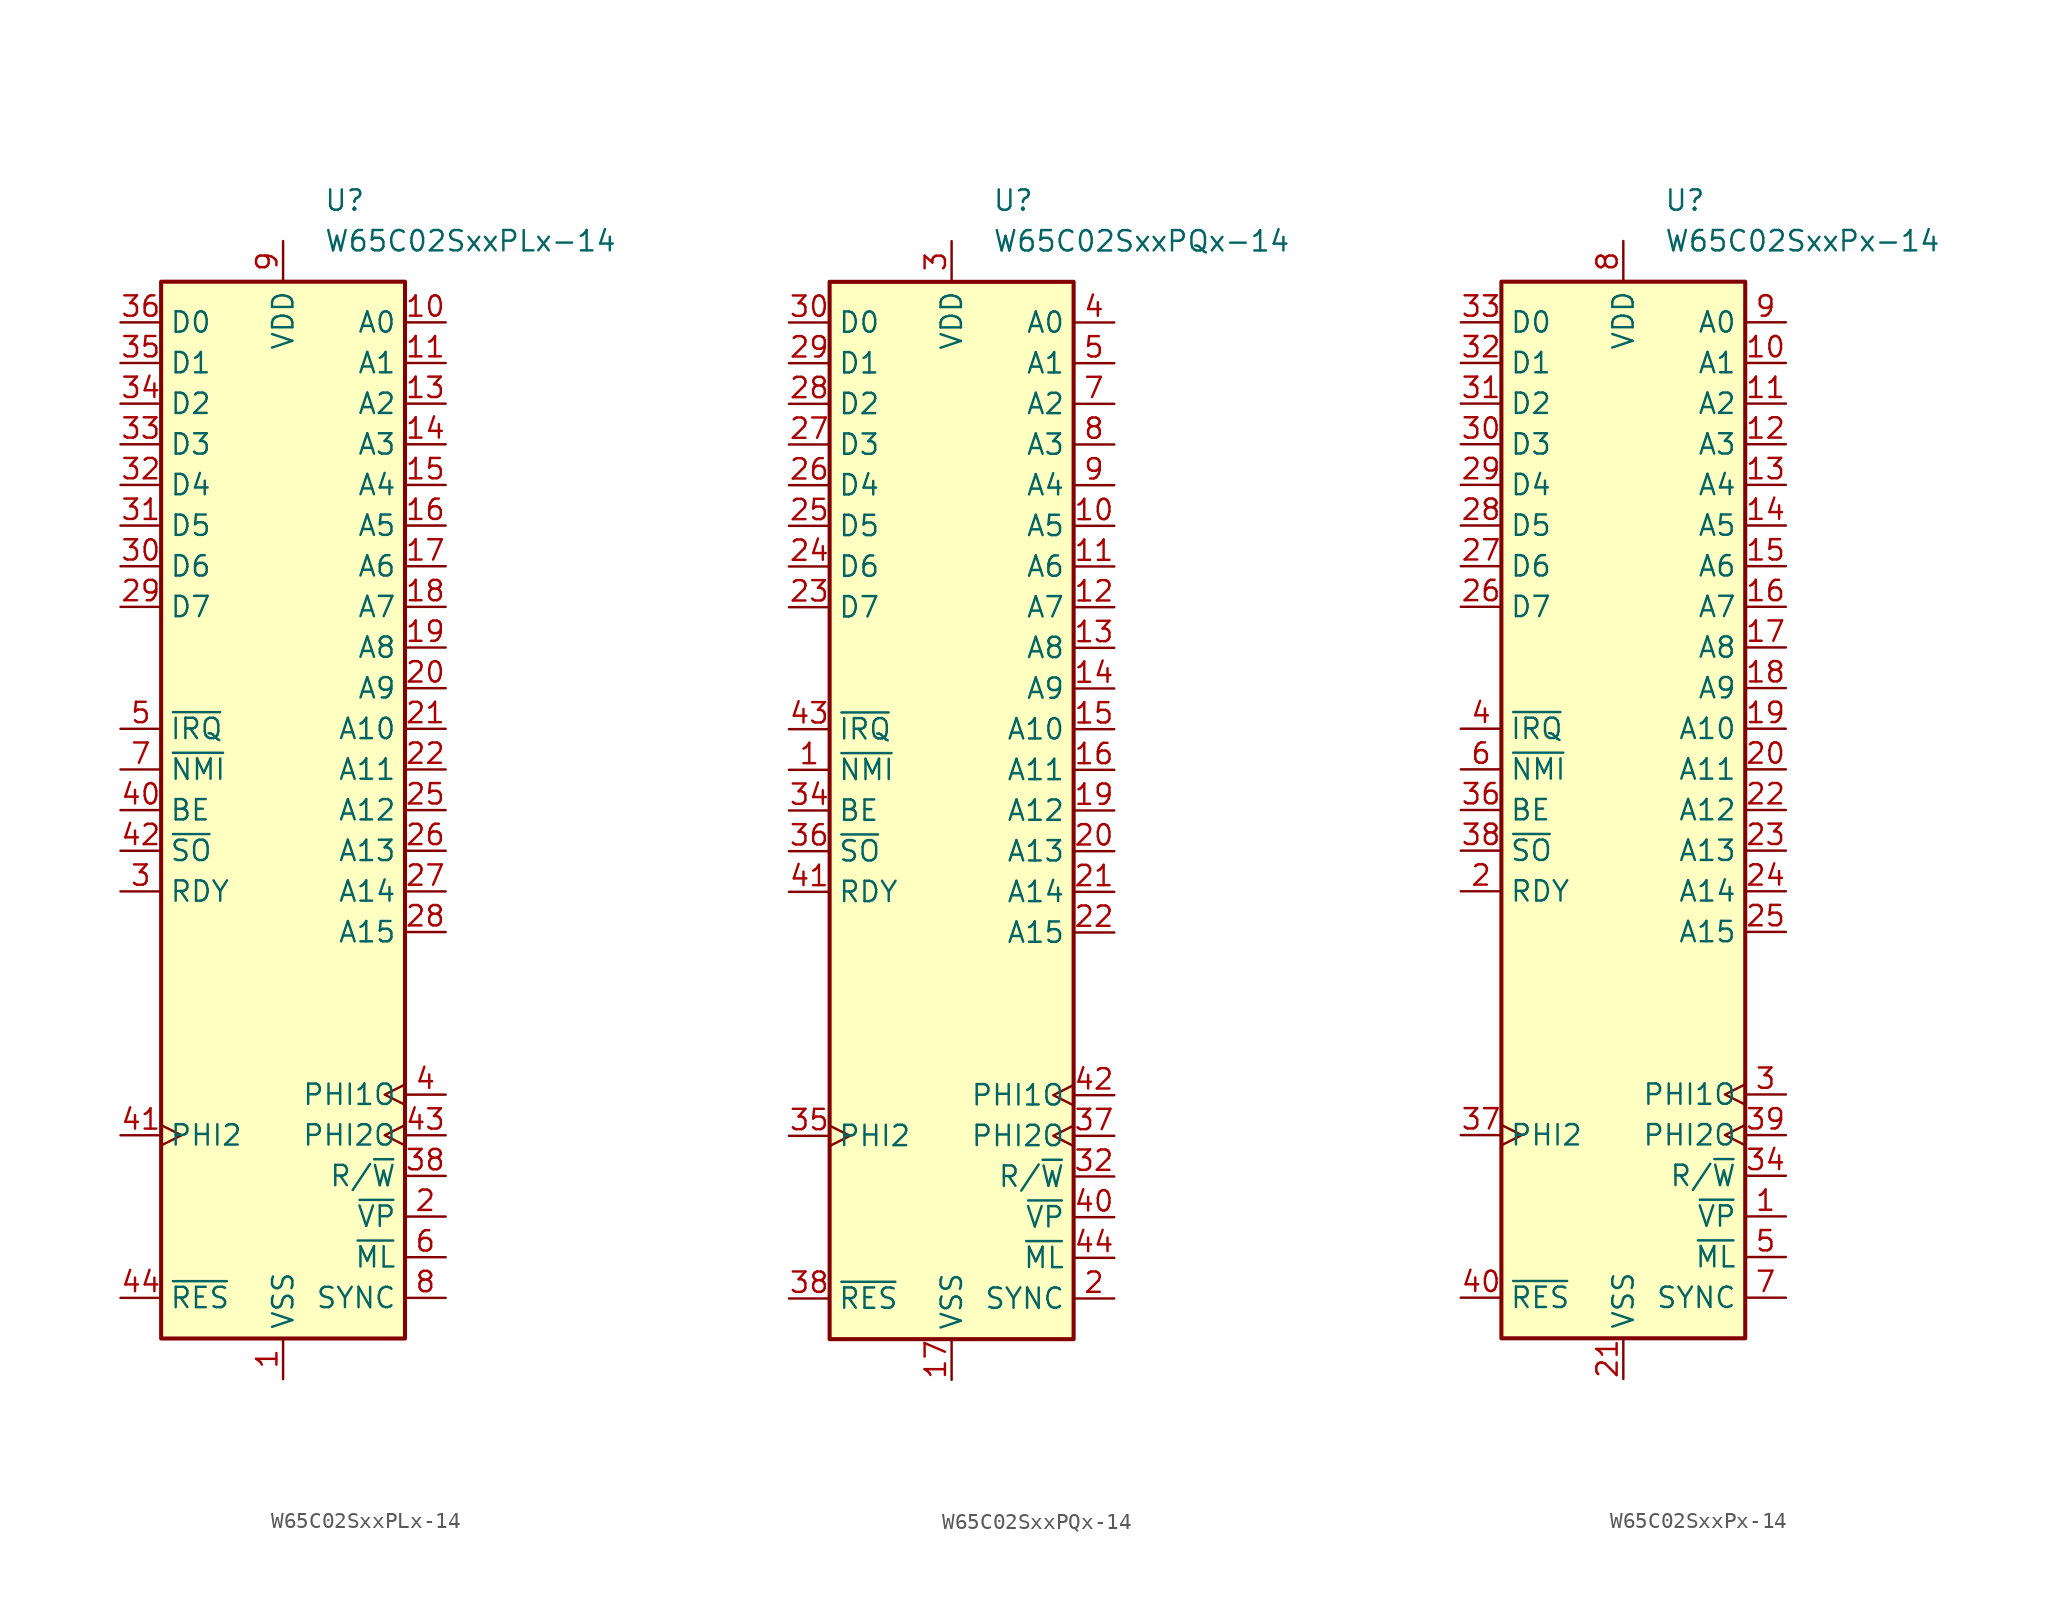
<source format=kicad_sym>
(kicad_symbol_lib
  (version 20211014)
  (generator kicad_symbol_editor)
  (symbol "W65C02SxxPLx-14"
    (property "Reference" "U"
      (at 2.54 38.1 0)
      (effects (font (size 1.27 1.27)) (justify left)))
    (property "Value" "W65C02SxxPLx-14"
      (at 2.54 35.56 0)
      (effects (font (size 1.27 1.27)) (justify left)))
    (symbol "W65C02SxxPLx-14_1_1"
      (rectangle (start -7.62 33.02) (end 7.62 -33.02) (stroke (width 0.254) (type default) (color 0 0 0 0)) (fill (type background)))
      (pin power_in line (at 0 -35.56 90) (length 2.54) (name "VSS" (effects (font (size 1.27 1.27)))) (number "1" (effects (font (size 1.27 1.27)))))
      (pin output line (at 10.16 30.48 180) (length 2.54) (name "A0" (effects (font (size 1.27 1.27)))) (number "10" (effects (font (size 1.27 1.27)))))
      (pin output line (at 10.16 27.94 180) (length 2.54) (name "A1" (effects (font (size 1.27 1.27)))) (number "11" (effects (font (size 1.27 1.27)))))
      (pin no_connect non_logic (at -10.16 10.16 0) (length 2.54) hide (name "NC" (effects (font (size 1.27 1.27)))) (number "12" (effects (font (size 1.27 1.27)))))
      (pin output line (at 10.16 25.4 180) (length 2.54) (name "A2" (effects (font (size 1.27 1.27)))) (number "13" (effects (font (size 1.27 1.27)))))
      (pin output line (at 10.16 22.86 180) (length 2.54) (name "A3" (effects (font (size 1.27 1.27)))) (number "14" (effects (font (size 1.27 1.27)))))
      (pin output line (at 10.16 20.32 180) (length 2.54) (name "A4" (effects (font (size 1.27 1.27)))) (number "15" (effects (font (size 1.27 1.27)))))
      (pin output line (at 10.16 17.78 180) (length 2.54) (name "A5" (effects (font (size 1.27 1.27)))) (number "16" (effects (font (size 1.27 1.27)))))
      (pin output line (at 10.16 15.24 180) (length 2.54) (name "A6" (effects (font (size 1.27 1.27)))) (number "17" (effects (font (size 1.27 1.27)))))
      (pin output line (at 10.16 12.7 180) (length 2.54) (name "A7" (effects (font (size 1.27 1.27)))) (number "18" (effects (font (size 1.27 1.27)))))
      (pin output line (at 10.16 10.16 180) (length 2.54) (name "A8" (effects (font (size 1.27 1.27)))) (number "19" (effects (font (size 1.27 1.27)))))
      (pin output line (at 10.16 -25.4 180) (length 2.54) (name "~{VP}" (effects (font (size 1.27 1.27)))) (number "2" (effects (font (size 1.27 1.27)))))
      (pin output line (at 10.16 7.62 180) (length 2.54) (name "A9" (effects (font (size 1.27 1.27)))) (number "20" (effects (font (size 1.27 1.27)))))
      (pin output line (at 10.16 5.08 180) (length 2.54) (name "A10" (effects (font (size 1.27 1.27)))) (number "21" (effects (font (size 1.27 1.27)))))
      (pin output line (at 10.16 2.54 180) (length 2.54) (name "A11" (effects (font (size 1.27 1.27)))) (number "22" (effects (font (size 1.27 1.27)))))
      (pin passive line (at 0 -35.56 90) (length 2.54) hide (name "VSS" (effects (font (size 1.27 1.27)))) (number "23" (effects (font (size 1.27 1.27)))))
      (pin passive line (at 0 -35.56 90) (length 2.54) hide (name "VSS" (effects (font (size 1.27 1.27)))) (number "24" (effects (font (size 1.27 1.27)))))
      (pin output line (at 10.16 0 180) (length 2.54) (name "A12" (effects (font (size 1.27 1.27)))) (number "25" (effects (font (size 1.27 1.27)))))
      (pin output line (at 10.16 -2.54 180) (length 2.54) (name "A13" (effects (font (size 1.27 1.27)))) (number "26" (effects (font (size 1.27 1.27)))))
      (pin output line (at 10.16 -5.08 180) (length 2.54) (name "A14" (effects (font (size 1.27 1.27)))) (number "27" (effects (font (size 1.27 1.27)))))
      (pin output line (at 10.16 -7.62 180) (length 2.54) (name "A15" (effects (font (size 1.27 1.27)))) (number "28" (effects (font (size 1.27 1.27)))))
      (pin bidirectional line (at -10.16 12.7 0) (length 2.54) (name "D7" (effects (font (size 1.27 1.27)))) (number "29" (effects (font (size 1.27 1.27)))))
      (pin bidirectional line (at -10.16 -5.08 0) (length 2.54) (name "RDY" (effects (font (size 1.27 1.27)))) (number "3" (effects (font (size 1.27 1.27)))))
      (pin bidirectional line (at -10.16 15.24 0) (length 2.54) (name "D6" (effects (font (size 1.27 1.27)))) (number "30" (effects (font (size 1.27 1.27)))))
      (pin bidirectional line (at -10.16 17.78 0) (length 2.54) (name "D5" (effects (font (size 1.27 1.27)))) (number "31" (effects (font (size 1.27 1.27)))))
      (pin bidirectional line (at -10.16 20.32 0) (length 2.54) (name "D4" (effects (font (size 1.27 1.27)))) (number "32" (effects (font (size 1.27 1.27)))))
      (pin bidirectional line (at -10.16 22.86 0) (length 2.54) (name "D3" (effects (font (size 1.27 1.27)))) (number "33" (effects (font (size 1.27 1.27)))))
      (pin bidirectional line (at -10.16 25.4 0) (length 2.54) (name "D2" (effects (font (size 1.27 1.27)))) (number "34" (effects (font (size 1.27 1.27)))))
      (pin bidirectional line (at -10.16 27.94 0) (length 2.54) (name "D1" (effects (font (size 1.27 1.27)))) (number "35" (effects (font (size 1.27 1.27)))))
      (pin bidirectional line (at -10.16 30.48 0) (length 2.54) (name "D0" (effects (font (size 1.27 1.27)))) (number "36" (effects (font (size 1.27 1.27)))))
      (pin passive line (at 0 35.56 270) (length 2.54) hide (name "VDD" (effects (font (size 1.27 1.27)))) (number "37" (effects (font (size 1.27 1.27)))))
      (pin output line (at 10.16 -22.86 180) (length 2.54) (name "R/~{W}" (effects (font (size 1.27 1.27)))) (number "38" (effects (font (size 1.27 1.27)))))
      (pin no_connect non_logic (at 10.16 -10.16 180) (length 2.54) hide (name "NC" (effects (font (size 1.27 1.27)))) (number "39" (effects (font (size 1.27 1.27)))))
      (pin output clock (at 10.16 -17.78 180) (length 2.54) (name "PHI1O" (effects (font (size 1.27 1.27)))) (number "4" (effects (font (size 1.27 1.27)))))
      (pin input line (at -10.16 0 0) (length 2.54) (name "BE" (effects (font (size 1.27 1.27)))) (number "40" (effects (font (size 1.27 1.27)))))
      (pin input clock (at -10.16 -20.32 0) (length 2.54) (name "PHI2" (effects (font (size 1.27 1.27)))) (number "41" (effects (font (size 1.27 1.27)))))
      (pin input line (at -10.16 -2.54 0) (length 2.54) (name "~{SO}" (effects (font (size 1.27 1.27)))) (number "42" (effects (font (size 1.27 1.27)))))
      (pin output clock (at 10.16 -20.32 180) (length 2.54) (name "PHI2O" (effects (font (size 1.27 1.27)))) (number "43" (effects (font (size 1.27 1.27)))))
      (pin input line (at -10.16 -30.48 0) (length 2.54) (name "~{RES}" (effects (font (size 1.27 1.27)))) (number "44" (effects (font (size 1.27 1.27)))))
      (pin input line (at -10.16 5.08 0) (length 2.54) (name "~{IRQ}" (effects (font (size 1.27 1.27)))) (number "5" (effects (font (size 1.27 1.27)))))
      (pin output line (at 10.16 -27.94 180) (length 2.54) (name "~{ML}" (effects (font (size 1.27 1.27)))) (number "6" (effects (font (size 1.27 1.27)))))
      (pin input line (at -10.16 2.54 0) (length 2.54) (name "~{NMI}" (effects (font (size 1.27 1.27)))) (number "7" (effects (font (size 1.27 1.27)))))
      (pin output line (at 10.16 -30.48 180) (length 2.54) (name "SYNC" (effects (font (size 1.27 1.27)))) (number "8" (effects (font (size 1.27 1.27)))))
      (pin power_in line (at 0 35.56 270) (length 2.54) (name "VDD" (effects (font (size 1.27 1.27)))) (number "9" (effects (font (size 1.27 1.27)))))))
  (symbol "W65C02SxxPQx-14"
    (property "Reference" "U"
      (at 2.54 38.1 0)
      (effects (font (size 1.27 1.27)) (justify left)))
    (property "Value" "W65C02SxxPQx-14"
      (at 2.54 35.56 0)
      (effects (font (size 1.27 1.27)) (justify left)))
    (symbol "W65C02SxxPQx-14_1_1"
      (rectangle (start -7.62 33.02) (end 7.62 -33.02) (stroke (width 0.254) (type default) (color 0 0 0 0)) (fill (type background)))
      (pin input line (at -10.16 2.54 0) (length 2.54) (name "~{NMI}" (effects (font (size 1.27 1.27)))) (number "1" (effects (font (size 1.27 1.27)))))
      (pin output line (at 10.16 17.78 180) (length 2.54) (name "A5" (effects (font (size 1.27 1.27)))) (number "10" (effects (font (size 1.27 1.27)))))
      (pin output line (at 10.16 15.24 180) (length 2.54) (name "A6" (effects (font (size 1.27 1.27)))) (number "11" (effects (font (size 1.27 1.27)))))
      (pin output line (at 10.16 12.7 180) (length 2.54) (name "A7" (effects (font (size 1.27 1.27)))) (number "12" (effects (font (size 1.27 1.27)))))
      (pin output line (at 10.16 10.16 180) (length 2.54) (name "A8" (effects (font (size 1.27 1.27)))) (number "13" (effects (font (size 1.27 1.27)))))
      (pin output line (at 10.16 7.62 180) (length 2.54) (name "A9" (effects (font (size 1.27 1.27)))) (number "14" (effects (font (size 1.27 1.27)))))
      (pin output line (at 10.16 5.08 180) (length 2.54) (name "A10" (effects (font (size 1.27 1.27)))) (number "15" (effects (font (size 1.27 1.27)))))
      (pin output line (at 10.16 2.54 180) (length 2.54) (name "A11" (effects (font (size 1.27 1.27)))) (number "16" (effects (font (size 1.27 1.27)))))
      (pin power_in line (at 0 -35.56 90) (length 2.54) (name "VSS" (effects (font (size 1.27 1.27)))) (number "17" (effects (font (size 1.27 1.27)))))
      (pin passive line (at 0 -35.56 90) (length 2.54) hide (name "VSS" (effects (font (size 1.27 1.27)))) (number "18" (effects (font (size 1.27 1.27)))))
      (pin output line (at 10.16 0 180) (length 2.54) (name "A12" (effects (font (size 1.27 1.27)))) (number "19" (effects (font (size 1.27 1.27)))))
      (pin output line (at 10.16 -30.48 180) (length 2.54) (name "SYNC" (effects (font (size 1.27 1.27)))) (number "2" (effects (font (size 1.27 1.27)))))
      (pin output line (at 10.16 -2.54 180) (length 2.54) (name "A13" (effects (font (size 1.27 1.27)))) (number "20" (effects (font (size 1.27 1.27)))))
      (pin output line (at 10.16 -5.08 180) (length 2.54) (name "A14" (effects (font (size 1.27 1.27)))) (number "21" (effects (font (size 1.27 1.27)))))
      (pin output line (at 10.16 -7.62 180) (length 2.54) (name "A15" (effects (font (size 1.27 1.27)))) (number "22" (effects (font (size 1.27 1.27)))))
      (pin bidirectional line (at -10.16 12.7 0) (length 2.54) (name "D7" (effects (font (size 1.27 1.27)))) (number "23" (effects (font (size 1.27 1.27)))))
      (pin bidirectional line (at -10.16 15.24 0) (length 2.54) (name "D6" (effects (font (size 1.27 1.27)))) (number "24" (effects (font (size 1.27 1.27)))))
      (pin bidirectional line (at -10.16 17.78 0) (length 2.54) (name "D5" (effects (font (size 1.27 1.27)))) (number "25" (effects (font (size 1.27 1.27)))))
      (pin bidirectional line (at -10.16 20.32 0) (length 2.54) (name "D4" (effects (font (size 1.27 1.27)))) (number "26" (effects (font (size 1.27 1.27)))))
      (pin bidirectional line (at -10.16 22.86 0) (length 2.54) (name "D3" (effects (font (size 1.27 1.27)))) (number "27" (effects (font (size 1.27 1.27)))))
      (pin bidirectional line (at -10.16 25.4 0) (length 2.54) (name "D2" (effects (font (size 1.27 1.27)))) (number "28" (effects (font (size 1.27 1.27)))))
      (pin bidirectional line (at -10.16 27.94 0) (length 2.54) (name "D1" (effects (font (size 1.27 1.27)))) (number "29" (effects (font (size 1.27 1.27)))))
      (pin power_in line (at 0 35.56 270) (length 2.54) (name "VDD" (effects (font (size 1.27 1.27)))) (number "3" (effects (font (size 1.27 1.27)))))
      (pin bidirectional line (at -10.16 30.48 0) (length 2.54) (name "D0" (effects (font (size 1.27 1.27)))) (number "30" (effects (font (size 1.27 1.27)))))
      (pin passive line (at 0 35.56 270) (length 2.54) hide (name "VDD" (effects (font (size 1.27 1.27)))) (number "31" (effects (font (size 1.27 1.27)))))
      (pin output line (at 10.16 -22.86 180) (length 2.54) (name "R/~{W}" (effects (font (size 1.27 1.27)))) (number "32" (effects (font (size 1.27 1.27)))))
      (pin no_connect non_logic (at 10.16 -10.16 180) (length 2.54) hide (name "NC" (effects (font (size 1.27 1.27)))) (number "33" (effects (font (size 1.27 1.27)))))
      (pin input line (at -10.16 0 0) (length 2.54) (name "BE" (effects (font (size 1.27 1.27)))) (number "34" (effects (font (size 1.27 1.27)))))
      (pin input clock (at -10.16 -20.32 0) (length 2.54) (name "PHI2" (effects (font (size 1.27 1.27)))) (number "35" (effects (font (size 1.27 1.27)))))
      (pin input line (at -10.16 -2.54 0) (length 2.54) (name "~{SO}" (effects (font (size 1.27 1.27)))) (number "36" (effects (font (size 1.27 1.27)))))
      (pin output clock (at 10.16 -20.32 180) (length 2.54) (name "PHI2O" (effects (font (size 1.27 1.27)))) (number "37" (effects (font (size 1.27 1.27)))))
      (pin input line (at -10.16 -30.48 0) (length 2.54) (name "~{RES}" (effects (font (size 1.27 1.27)))) (number "38" (effects (font (size 1.27 1.27)))))
      (pin passive line (at 0 -35.56 90) (length 2.54) hide (name "VSS" (effects (font (size 1.27 1.27)))) (number "39" (effects (font (size 1.27 1.27)))))
      (pin output line (at 10.16 30.48 180) (length 2.54) (name "A0" (effects (font (size 1.27 1.27)))) (number "4" (effects (font (size 1.27 1.27)))))
      (pin output line (at 10.16 -25.4 180) (length 2.54) (name "~{VP}" (effects (font (size 1.27 1.27)))) (number "40" (effects (font (size 1.27 1.27)))))
      (pin bidirectional line (at -10.16 -5.08 0) (length 2.54) (name "RDY" (effects (font (size 1.27 1.27)))) (number "41" (effects (font (size 1.27 1.27)))))
      (pin output clock (at 10.16 -17.78 180) (length 2.54) (name "PHI1O" (effects (font (size 1.27 1.27)))) (number "42" (effects (font (size 1.27 1.27)))))
      (pin input line (at -10.16 5.08 0) (length 2.54) (name "~{IRQ}" (effects (font (size 1.27 1.27)))) (number "43" (effects (font (size 1.27 1.27)))))
      (pin output line (at 10.16 -27.94 180) (length 2.54) (name "~{ML}" (effects (font (size 1.27 1.27)))) (number "44" (effects (font (size 1.27 1.27)))))
      (pin output line (at 10.16 27.94 180) (length 2.54) (name "A1" (effects (font (size 1.27 1.27)))) (number "5" (effects (font (size 1.27 1.27)))))
      (pin no_connect non_logic (at -10.16 10.16 0) (length 2.54) hide (name "NC" (effects (font (size 1.27 1.27)))) (number "6" (effects (font (size 1.27 1.27)))))
      (pin output line (at 10.16 25.4 180) (length 2.54) (name "A2" (effects (font (size 1.27 1.27)))) (number "7" (effects (font (size 1.27 1.27)))))
      (pin output line (at 10.16 22.86 180) (length 2.54) (name "A3" (effects (font (size 1.27 1.27)))) (number "8" (effects (font (size 1.27 1.27)))))
      (pin output line (at 10.16 20.32 180) (length 2.54) (name "A4" (effects (font (size 1.27 1.27)))) (number "9" (effects (font (size 1.27 1.27)))))))
  (symbol "W65C02SxxPx-14"
    (property "Reference" "U"
      (at 2.54 38.1 0)
      (effects (font (size 1.27 1.27)) (justify left)))
    (property "Value" "W65C02SxxPx-14"
      (at 2.54 35.56 0)
      (effects (font (size 1.27 1.27)) (justify left)))
    (symbol "W65C02SxxPx-14_1_1"
      (rectangle (start -7.62 33.02) (end 7.62 -33.02) (stroke (width 0.254) (type default) (color 0 0 0 0)) (fill (type background)))
      (pin output line (at 10.16 -25.4 180) (length 2.54) (name "~{VP}" (effects (font (size 1.27 1.27)))) (number "1" (effects (font (size 1.27 1.27)))))
      (pin output line (at 10.16 27.94 180) (length 2.54) (name "A1" (effects (font (size 1.27 1.27)))) (number "10" (effects (font (size 1.27 1.27)))))
      (pin output line (at 10.16 25.4 180) (length 2.54) (name "A2" (effects (font (size 1.27 1.27)))) (number "11" (effects (font (size 1.27 1.27)))))
      (pin output line (at 10.16 22.86 180) (length 2.54) (name "A3" (effects (font (size 1.27 1.27)))) (number "12" (effects (font (size 1.27 1.27)))))
      (pin output line (at 10.16 20.32 180) (length 2.54) (name "A4" (effects (font (size 1.27 1.27)))) (number "13" (effects (font (size 1.27 1.27)))))
      (pin output line (at 10.16 17.78 180) (length 2.54) (name "A5" (effects (font (size 1.27 1.27)))) (number "14" (effects (font (size 1.27 1.27)))))
      (pin output line (at 10.16 15.24 180) (length 2.54) (name "A6" (effects (font (size 1.27 1.27)))) (number "15" (effects (font (size 1.27 1.27)))))
      (pin output line (at 10.16 12.7 180) (length 2.54) (name "A7" (effects (font (size 1.27 1.27)))) (number "16" (effects (font (size 1.27 1.27)))))
      (pin output line (at 10.16 10.16 180) (length 2.54) (name "A8" (effects (font (size 1.27 1.27)))) (number "17" (effects (font (size 1.27 1.27)))))
      (pin output line (at 10.16 7.62 180) (length 2.54) (name "A9" (effects (font (size 1.27 1.27)))) (number "18" (effects (font (size 1.27 1.27)))))
      (pin output line (at 10.16 5.08 180) (length 2.54) (name "A10" (effects (font (size 1.27 1.27)))) (number "19" (effects (font (size 1.27 1.27)))))
      (pin bidirectional line (at -10.16 -5.08 0) (length 2.54) (name "RDY" (effects (font (size 1.27 1.27)))) (number "2" (effects (font (size 1.27 1.27)))))
      (pin output line (at 10.16 2.54 180) (length 2.54) (name "A11" (effects (font (size 1.27 1.27)))) (number "20" (effects (font (size 1.27 1.27)))))
      (pin power_in line (at 0 -35.56 90) (length 2.54) (name "VSS" (effects (font (size 1.27 1.27)))) (number "21" (effects (font (size 1.27 1.27)))))
      (pin output line (at 10.16 0 180) (length 2.54) (name "A12" (effects (font (size 1.27 1.27)))) (number "22" (effects (font (size 1.27 1.27)))))
      (pin output line (at 10.16 -2.54 180) (length 2.54) (name "A13" (effects (font (size 1.27 1.27)))) (number "23" (effects (font (size 1.27 1.27)))))
      (pin output line (at 10.16 -5.08 180) (length 2.54) (name "A14" (effects (font (size 1.27 1.27)))) (number "24" (effects (font (size 1.27 1.27)))))
      (pin output line (at 10.16 -7.62 180) (length 2.54) (name "A15" (effects (font (size 1.27 1.27)))) (number "25" (effects (font (size 1.27 1.27)))))
      (pin bidirectional line (at -10.16 12.7 0) (length 2.54) (name "D7" (effects (font (size 1.27 1.27)))) (number "26" (effects (font (size 1.27 1.27)))))
      (pin bidirectional line (at -10.16 15.24 0) (length 2.54) (name "D6" (effects (font (size 1.27 1.27)))) (number "27" (effects (font (size 1.27 1.27)))))
      (pin bidirectional line (at -10.16 17.78 0) (length 2.54) (name "D5" (effects (font (size 1.27 1.27)))) (number "28" (effects (font (size 1.27 1.27)))))
      (pin bidirectional line (at -10.16 20.32 0) (length 2.54) (name "D4" (effects (font (size 1.27 1.27)))) (number "29" (effects (font (size 1.27 1.27)))))
      (pin output clock (at 10.16 -17.78 180) (length 2.54) (name "PHI1O" (effects (font (size 1.27 1.27)))) (number "3" (effects (font (size 1.27 1.27)))))
      (pin bidirectional line (at -10.16 22.86 0) (length 2.54) (name "D3" (effects (font (size 1.27 1.27)))) (number "30" (effects (font (size 1.27 1.27)))))
      (pin bidirectional line (at -10.16 25.4 0) (length 2.54) (name "D2" (effects (font (size 1.27 1.27)))) (number "31" (effects (font (size 1.27 1.27)))))
      (pin bidirectional line (at -10.16 27.94 0) (length 2.54) (name "D1" (effects (font (size 1.27 1.27)))) (number "32" (effects (font (size 1.27 1.27)))))
      (pin bidirectional line (at -10.16 30.48 0) (length 2.54) (name "D0" (effects (font (size 1.27 1.27)))) (number "33" (effects (font (size 1.27 1.27)))))
      (pin output line (at 10.16 -22.86 180) (length 2.54) (name "R/~{W}" (effects (font (size 1.27 1.27)))) (number "34" (effects (font (size 1.27 1.27)))))
      (pin no_connect non_logic (at 10.16 -10.16 180) (length 2.54) hide (name "NC" (effects (font (size 1.27 1.27)))) (number "35" (effects (font (size 1.27 1.27)))))
      (pin input line (at -10.16 0 0) (length 2.54) (name "BE" (effects (font (size 1.27 1.27)))) (number "36" (effects (font (size 1.27 1.27)))))
      (pin input clock (at -10.16 -20.32 0) (length 2.54) (name "PHI2" (effects (font (size 1.27 1.27)))) (number "37" (effects (font (size 1.27 1.27)))))
      (pin input line (at -10.16 -2.54 0) (length 2.54) (name "~{SO}" (effects (font (size 1.27 1.27)))) (number "38" (effects (font (size 1.27 1.27)))))
      (pin output clock (at 10.16 -20.32 180) (length 2.54) (name "PHI2O" (effects (font (size 1.27 1.27)))) (number "39" (effects (font (size 1.27 1.27)))))
      (pin input line (at -10.16 5.08 0) (length 2.54) (name "~{IRQ}" (effects (font (size 1.27 1.27)))) (number "4" (effects (font (size 1.27 1.27)))))
      (pin input line (at -10.16 -30.48 0) (length 2.54) (name "~{RES}" (effects (font (size 1.27 1.27)))) (number "40" (effects (font (size 1.27 1.27)))))
      (pin output line (at 10.16 -27.94 180) (length 2.54) (name "~{ML}" (effects (font (size 1.27 1.27)))) (number "5" (effects (font (size 1.27 1.27)))))
      (pin input line (at -10.16 2.54 0) (length 2.54) (name "~{NMI}" (effects (font (size 1.27 1.27)))) (number "6" (effects (font (size 1.27 1.27)))))
      (pin output line (at 10.16 -30.48 180) (length 2.54) (name "SYNC" (effects (font (size 1.27 1.27)))) (number "7" (effects (font (size 1.27 1.27)))))
      (pin power_in line (at 0 35.56 270) (length 2.54) (name "VDD" (effects (font (size 1.27 1.27)))) (number "8" (effects (font (size 1.27 1.27)))))
      (pin output line (at 10.16 30.48 180) (length 2.54) (name "A0" (effects (font (size 1.27 1.27)))) (number "9" (effects (font (size 1.27 1.27))))))))
</source>
